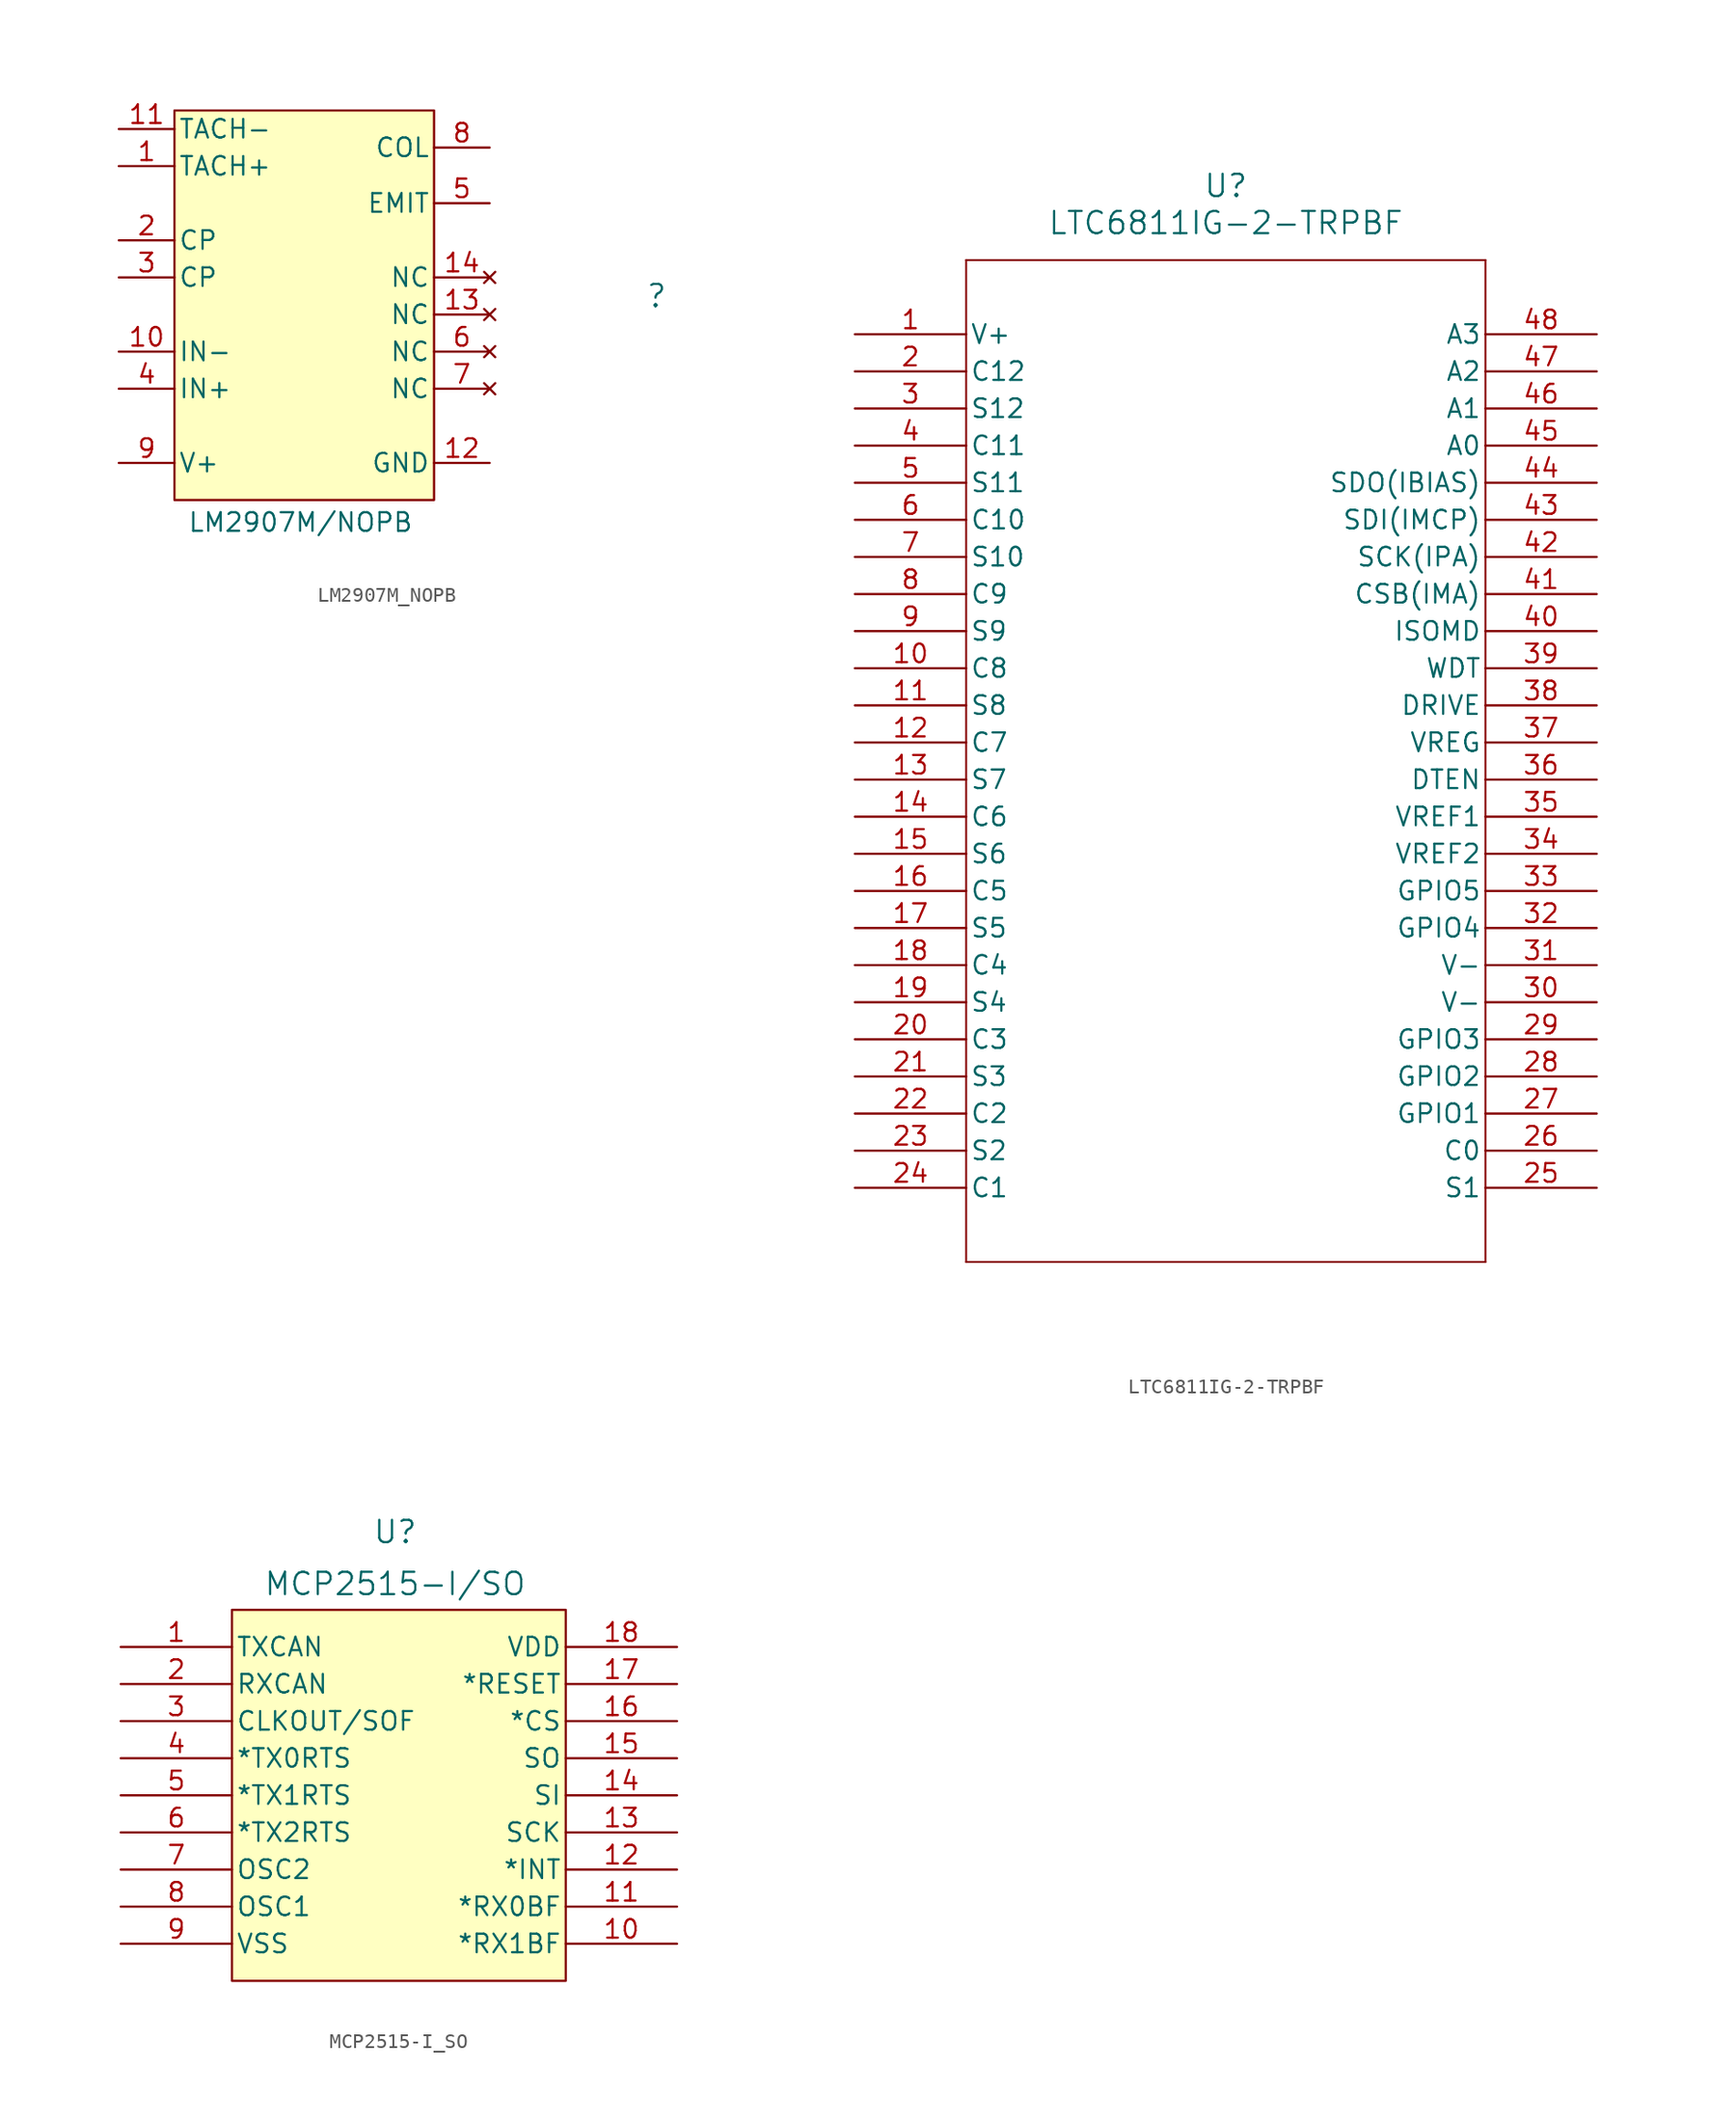
<source format=kicad_sym>
(kicad_symbol_lib
  (version 20241209)
  (generator "kicad_symbol_editor")
  (generator_version "9.0")
  (symbol "LM2907M_NOPB"
    (pin_names
      (offset 0.254))
    (property "Reference" ""
      (at 33.02 10.16 0)
      (effects (font (size 1.524 1.524))))
    (property "Value" "LM2907M/NOPB"
      (at 8.636 -5.334 0)
      (effects (font (size 1.27 1.27))))
    (symbol "LM2907M_NOPB_1_1"
      (rectangle (start 0 22.86) (end 17.78 -3.81) (stroke (width 0) (type default)) (fill (type background)))
      (pin input line (at -3.81 21.59 0) (length 3.81) (name "TACH-" (effects (font (size 1.27 1.27)))) (number "11" (effects (font (size 1.27 1.27)))))
      (pin input line (at -3.81 19.05 0) (length 3.81) (name "TACH+" (effects (font (size 1.27 1.27)))) (number "1" (effects (font (size 1.27 1.27)))))
      (pin passive line (at -3.81 13.97 0) (length 3.81) (name "CP" (effects (font (size 1.27 1.27)))) (number "2" (effects (font (size 1.27 1.27)))))
      (pin passive line (at -3.81 11.43 0) (length 3.81) (name "CP" (effects (font (size 1.27 1.27)))) (number "3" (effects (font (size 1.27 1.27)))))
      (pin input line (at -3.81 6.35 0) (length 3.81) (name "IN-" (effects (font (size 1.27 1.27)))) (number "10" (effects (font (size 1.27 1.27)))))
      (pin passive line (at -3.81 3.81 0) (length 3.81) (name "IN+" (effects (font (size 1.27 1.27)))) (number "4" (effects (font (size 1.27 1.27)))))
      (pin power_in line (at -3.81 -1.27 0) (length 3.81) (name "V+" (effects (font (size 1.27 1.27)))) (number "9" (effects (font (size 1.27 1.27)))))
      (pin passive line (at 21.59 20.32 180) (length 3.81) (name "COL" (effects (font (size 1.27 1.27)))) (number "8" (effects (font (size 1.27 1.27)))))
      (pin passive line (at 21.59 16.51 180) (length 3.81) (name "EMIT" (effects (font (size 1.27 1.27)))) (number "5" (effects (font (size 1.27 1.27)))))
      (pin no_connect line (at 21.59 11.43 180) (length 3.81) (name "NC" (effects (font (size 1.27 1.27)))) (number "14" (effects (font (size 1.27 1.27)))))
      (pin no_connect line (at 21.59 8.89 180) (length 3.81) (name "NC" (effects (font (size 1.27 1.27)))) (number "13" (effects (font (size 1.27 1.27)))))
      (pin no_connect line (at 21.59 6.35 180) (length 3.81) (name "NC" (effects (font (size 1.27 1.27)))) (number "6" (effects (font (size 1.27 1.27)))))
      (pin no_connect line (at 21.59 3.81 180) (length 3.81) (name "NC" (effects (font (size 1.27 1.27)))) (number "7" (effects (font (size 1.27 1.27)))))
      (pin power_in line (at 21.59 -1.27 180) (length 3.81) (name "GND" (effects (font (size 1.27 1.27)))) (number "12" (effects (font (size 1.27 1.27)))))))
  (symbol "LTC6811IG-2-TRPBF"
    (pin_names
      (offset 0.254))
    (property "Reference" "U"
      (at 25.4 10.16 0)
      (effects (font (size 1.524 1.524))))
    (property "Value" "LTC6811IG-2-TRPBF"
      (at 25.4 7.62 0)
      (effects (font (size 1.524 1.524))))
    (symbol "LTC6811IG-2-TRPBF_0_1"
      (polyline (pts (xy 7.62 5.08) (xy 7.62 -63.5)) (stroke (width 0.127) (type default)) (fill (type none)))
      (polyline (pts (xy 7.62 -63.5) (xy 43.18 -63.5)) (stroke (width 0.127) (type default)) (fill (type none)))
      (polyline (pts (xy 43.18 5.08) (xy 7.62 5.08)) (stroke (width 0.127) (type default)) (fill (type none)))
      (polyline (pts (xy 43.18 -63.5) (xy 43.18 5.08)) (stroke (width 0.127) (type default)) (fill (type none)))
      (pin power_in line (at 0 0 0) (length 7.62) (name "V+" (effects (font (size 1.27 1.27)))) (number "1" (effects (font (size 1.27 1.27)))))
      (pin input line (at 0 -2.54 0) (length 7.62) (name "C12" (effects (font (size 1.27 1.27)))) (number "2" (effects (font (size 1.27 1.27)))))
      (pin bidirectional line (at 0 -5.08 0) (length 7.62) (name "S12" (effects (font (size 1.27 1.27)))) (number "3" (effects (font (size 1.27 1.27)))))
      (pin input line (at 0 -7.62 0) (length 7.62) (name "C11" (effects (font (size 1.27 1.27)))) (number "4" (effects (font (size 1.27 1.27)))))
      (pin bidirectional line (at 0 -10.16 0) (length 7.62) (name "S11" (effects (font (size 1.27 1.27)))) (number "5" (effects (font (size 1.27 1.27)))))
      (pin input line (at 0 -12.7 0) (length 7.62) (name "C10" (effects (font (size 1.27 1.27)))) (number "6" (effects (font (size 1.27 1.27)))))
      (pin bidirectional line (at 0 -15.24 0) (length 7.62) (name "S10" (effects (font (size 1.27 1.27)))) (number "7" (effects (font (size 1.27 1.27)))))
      (pin input line (at 0 -17.78 0) (length 7.62) (name "C9" (effects (font (size 1.27 1.27)))) (number "8" (effects (font (size 1.27 1.27)))))
      (pin bidirectional line (at 0 -20.32 0) (length 7.62) (name "S9" (effects (font (size 1.27 1.27)))) (number "9" (effects (font (size 1.27 1.27)))))
      (pin input line (at 0 -22.86 0) (length 7.62) (name "C8" (effects (font (size 1.27 1.27)))) (number "10" (effects (font (size 1.27 1.27)))))
      (pin bidirectional line (at 0 -25.4 0) (length 7.62) (name "S8" (effects (font (size 1.27 1.27)))) (number "11" (effects (font (size 1.27 1.27)))))
      (pin input line (at 0 -27.94 0) (length 7.62) (name "C7" (effects (font (size 1.27 1.27)))) (number "12" (effects (font (size 1.27 1.27)))))
      (pin bidirectional line (at 0 -30.48 0) (length 7.62) (name "S7" (effects (font (size 1.27 1.27)))) (number "13" (effects (font (size 1.27 1.27)))))
      (pin input line (at 0 -33.02 0) (length 7.62) (name "C6" (effects (font (size 1.27 1.27)))) (number "14" (effects (font (size 1.27 1.27)))))
      (pin bidirectional line (at 0 -35.56 0) (length 7.62) (name "S6" (effects (font (size 1.27 1.27)))) (number "15" (effects (font (size 1.27 1.27)))))
      (pin input line (at 0 -38.1 0) (length 7.62) (name "C5" (effects (font (size 1.27 1.27)))) (number "16" (effects (font (size 1.27 1.27)))))
      (pin bidirectional line (at 0 -40.64 0) (length 7.62) (name "S5" (effects (font (size 1.27 1.27)))) (number "17" (effects (font (size 1.27 1.27)))))
      (pin input line (at 0 -43.18 0) (length 7.62) (name "C4" (effects (font (size 1.27 1.27)))) (number "18" (effects (font (size 1.27 1.27)))))
      (pin bidirectional line (at 0 -45.72 0) (length 7.62) (name "S4" (effects (font (size 1.27 1.27)))) (number "19" (effects (font (size 1.27 1.27)))))
      (pin input line (at 0 -48.26 0) (length 7.62) (name "C3" (effects (font (size 1.27 1.27)))) (number "20" (effects (font (size 1.27 1.27)))))
      (pin bidirectional line (at 0 -50.8 0) (length 7.62) (name "S3" (effects (font (size 1.27 1.27)))) (number "21" (effects (font (size 1.27 1.27)))))
      (pin input line (at 0 -53.34 0) (length 7.62) (name "C2" (effects (font (size 1.27 1.27)))) (number "22" (effects (font (size 1.27 1.27)))))
      (pin bidirectional line (at 0 -55.88 0) (length 7.62) (name "S2" (effects (font (size 1.27 1.27)))) (number "23" (effects (font (size 1.27 1.27)))))
      (pin input line (at 0 -58.42 0) (length 7.62) (name "C1" (effects (font (size 1.27 1.27)))) (number "24" (effects (font (size 1.27 1.27)))))
      (pin input line (at 50.8 0 180) (length 7.62) (name "A3" (effects (font (size 1.27 1.27)))) (number "48" (effects (font (size 1.27 1.27)))))
      (pin input line (at 50.8 -2.54 180) (length 7.62) (name "A2" (effects (font (size 1.27 1.27)))) (number "47" (effects (font (size 1.27 1.27)))))
      (pin input line (at 50.8 -5.08 180) (length 7.62) (name "A1" (effects (font (size 1.27 1.27)))) (number "46" (effects (font (size 1.27 1.27)))))
      (pin input line (at 50.8 -7.62 180) (length 7.62) (name "A0" (effects (font (size 1.27 1.27)))) (number "45" (effects (font (size 1.27 1.27)))))
      (pin unspecified line (at 50.8 -10.16 180) (length 7.62) (name "SDO(IBIAS)" (effects (font (size 1.27 1.27)))) (number "44" (effects (font (size 1.27 1.27)))))
      (pin unspecified line (at 50.8 -12.7 180) (length 7.62) (name "SDI(IMCP)" (effects (font (size 1.27 1.27)))) (number "43" (effects (font (size 1.27 1.27)))))
      (pin bidirectional line (at 50.8 -15.24 180) (length 7.62) (name "SCK(IPA)" (effects (font (size 1.27 1.27)))) (number "42" (effects (font (size 1.27 1.27)))))
      (pin bidirectional line (at 50.8 -17.78 180) (length 7.62) (name "CSB(IMA)" (effects (font (size 1.27 1.27)))) (number "41" (effects (font (size 1.27 1.27)))))
      (pin unspecified line (at 50.8 -20.32 180) (length 7.62) (name "ISOMD" (effects (font (size 1.27 1.27)))) (number "40" (effects (font (size 1.27 1.27)))))
      (pin output line (at 50.8 -22.86 180) (length 7.62) (name "WDT" (effects (font (size 1.27 1.27)))) (number "39" (effects (font (size 1.27 1.27)))))
      (pin power_in line (at 50.8 -25.4 180) (length 7.62) (name "DRIVE" (effects (font (size 1.27 1.27)))) (number "38" (effects (font (size 1.27 1.27)))))
      (pin power_in line (at 50.8 -27.94 180) (length 7.62) (name "VREG" (effects (font (size 1.27 1.27)))) (number "37" (effects (font (size 1.27 1.27)))))
      (pin input line (at 50.8 -30.48 180) (length 7.62) (name "DTEN" (effects (font (size 1.27 1.27)))) (number "36" (effects (font (size 1.27 1.27)))))
      (pin power_in line (at 50.8 -33.02 180) (length 7.62) (name "VREF1" (effects (font (size 1.27 1.27)))) (number "35" (effects (font (size 1.27 1.27)))))
      (pin power_in line (at 50.8 -35.56 180) (length 7.62) (name "VREF2" (effects (font (size 1.27 1.27)))) (number "34" (effects (font (size 1.27 1.27)))))
      (pin bidirectional line (at 50.8 -38.1 180) (length 7.62) (name "GPIO5" (effects (font (size 1.27 1.27)))) (number "33" (effects (font (size 1.27 1.27)))))
      (pin bidirectional line (at 50.8 -40.64 180) (length 7.62) (name "GPIO4" (effects (font (size 1.27 1.27)))) (number "32" (effects (font (size 1.27 1.27)))))
      (pin power_in line (at 50.8 -43.18 180) (length 7.62) (name "V-" (effects (font (size 1.27 1.27)))) (number "31" (effects (font (size 1.27 1.27)))))
      (pin power_in line (at 50.8 -45.72 180) (length 7.62) (name "V-" (effects (font (size 1.27 1.27)))) (number "30" (effects (font (size 1.27 1.27)))))
      (pin bidirectional line (at 50.8 -48.26 180) (length 7.62) (name "GPIO3" (effects (font (size 1.27 1.27)))) (number "29" (effects (font (size 1.27 1.27)))))
      (pin bidirectional line (at 50.8 -50.8 180) (length 7.62) (name "GPIO2" (effects (font (size 1.27 1.27)))) (number "28" (effects (font (size 1.27 1.27)))))
      (pin bidirectional line (at 50.8 -53.34 180) (length 7.62) (name "GPIO1" (effects (font (size 1.27 1.27)))) (number "27" (effects (font (size 1.27 1.27)))))
      (pin input line (at 50.8 -55.88 180) (length 7.62) (name "C0" (effects (font (size 1.27 1.27)))) (number "26" (effects (font (size 1.27 1.27)))))
      (pin bidirectional line (at 50.8 -58.42 180) (length 7.62) (name "S1" (effects (font (size 1.27 1.27)))) (number "25" (effects (font (size 1.27 1.27)))))))
  (symbol "MCP2515-I_SO"
    (pin_names
      (offset 0.254))
    (property "Reference" "U"
      (at 18.796 7.874 0)
      (effects (font (size 1.524 1.524))))
    (property "Value" "MCP2515-I/SO"
      (at 18.796 4.318 0)
      (effects (font (size 1.524 1.524))))
    (symbol "MCP2515-I_SO_0_1"
      (pin unspecified line (at 0 0 0) (length 7.62) (name "TXCAN" (effects (font (size 1.27 1.27)))) (number "1" (effects (font (size 1.27 1.27)))))
      (pin unspecified line (at 0 -2.54 0) (length 7.62) (name "RXCAN" (effects (font (size 1.27 1.27)))) (number "2" (effects (font (size 1.27 1.27)))))
      (pin unspecified line (at 0 -5.08 0) (length 7.62) (name "CLKOUT/SOF" (effects (font (size 1.27 1.27)))) (number "3" (effects (font (size 1.27 1.27)))))
      (pin unspecified line (at 0 -7.62 0) (length 7.62) (name "*TX0RTS" (effects (font (size 1.27 1.27)))) (number "4" (effects (font (size 1.27 1.27)))))
      (pin unspecified line (at 0 -10.16 0) (length 7.62) (name "*TX1RTS" (effects (font (size 1.27 1.27)))) (number "5" (effects (font (size 1.27 1.27)))))
      (pin unspecified line (at 0 -12.7 0) (length 7.62) (name "*TX2RTS" (effects (font (size 1.27 1.27)))) (number "6" (effects (font (size 1.27 1.27)))))
      (pin unspecified line (at 0 -15.24 0) (length 7.62) (name "OSC2" (effects (font (size 1.27 1.27)))) (number "7" (effects (font (size 1.27 1.27)))))
      (pin unspecified line (at 0 -17.78 0) (length 7.62) (name "OSC1" (effects (font (size 1.27 1.27)))) (number "8" (effects (font (size 1.27 1.27)))))
      (pin unspecified line (at 0 -20.32 0) (length 7.62) (name "VSS" (effects (font (size 1.27 1.27)))) (number "9" (effects (font (size 1.27 1.27)))))
      (pin unspecified line (at 38.1 0 180) (length 7.62) (name "VDD" (effects (font (size 1.27 1.27)))) (number "18" (effects (font (size 1.27 1.27)))))
      (pin unspecified line (at 38.1 -2.54 180) (length 7.62) (name "*RESET" (effects (font (size 1.27 1.27)))) (number "17" (effects (font (size 1.27 1.27)))))
      (pin unspecified line (at 38.1 -5.08 180) (length 7.62) (name "*CS" (effects (font (size 1.27 1.27)))) (number "16" (effects (font (size 1.27 1.27)))))
      (pin unspecified line (at 38.1 -7.62 180) (length 7.62) (name "SO" (effects (font (size 1.27 1.27)))) (number "15" (effects (font (size 1.27 1.27)))))
      (pin unspecified line (at 38.1 -10.16 180) (length 7.62) (name "SI" (effects (font (size 1.27 1.27)))) (number "14" (effects (font (size 1.27 1.27)))))
      (pin unspecified line (at 38.1 -12.7 180) (length 7.62) (name "SCK" (effects (font (size 1.27 1.27)))) (number "13" (effects (font (size 1.27 1.27)))))
      (pin unspecified line (at 38.1 -15.24 180) (length 7.62) (name "*INT" (effects (font (size 1.27 1.27)))) (number "12" (effects (font (size 1.27 1.27)))))
      (pin unspecified line (at 38.1 -17.78 180) (length 7.62) (name "*RX0BF" (effects (font (size 1.27 1.27)))) (number "11" (effects (font (size 1.27 1.27)))))
      (pin unspecified line (at 38.1 -20.32 180) (length 7.62) (name "*RX1BF" (effects (font (size 1.27 1.27)))) (number "10" (effects (font (size 1.27 1.27))))))
    (symbol "MCP2515-I_SO_1_1"
      (rectangle (start 7.62 2.54) (end 30.48 -22.86) (stroke (width 0) (type default)) (fill (type background))))))
</source>
